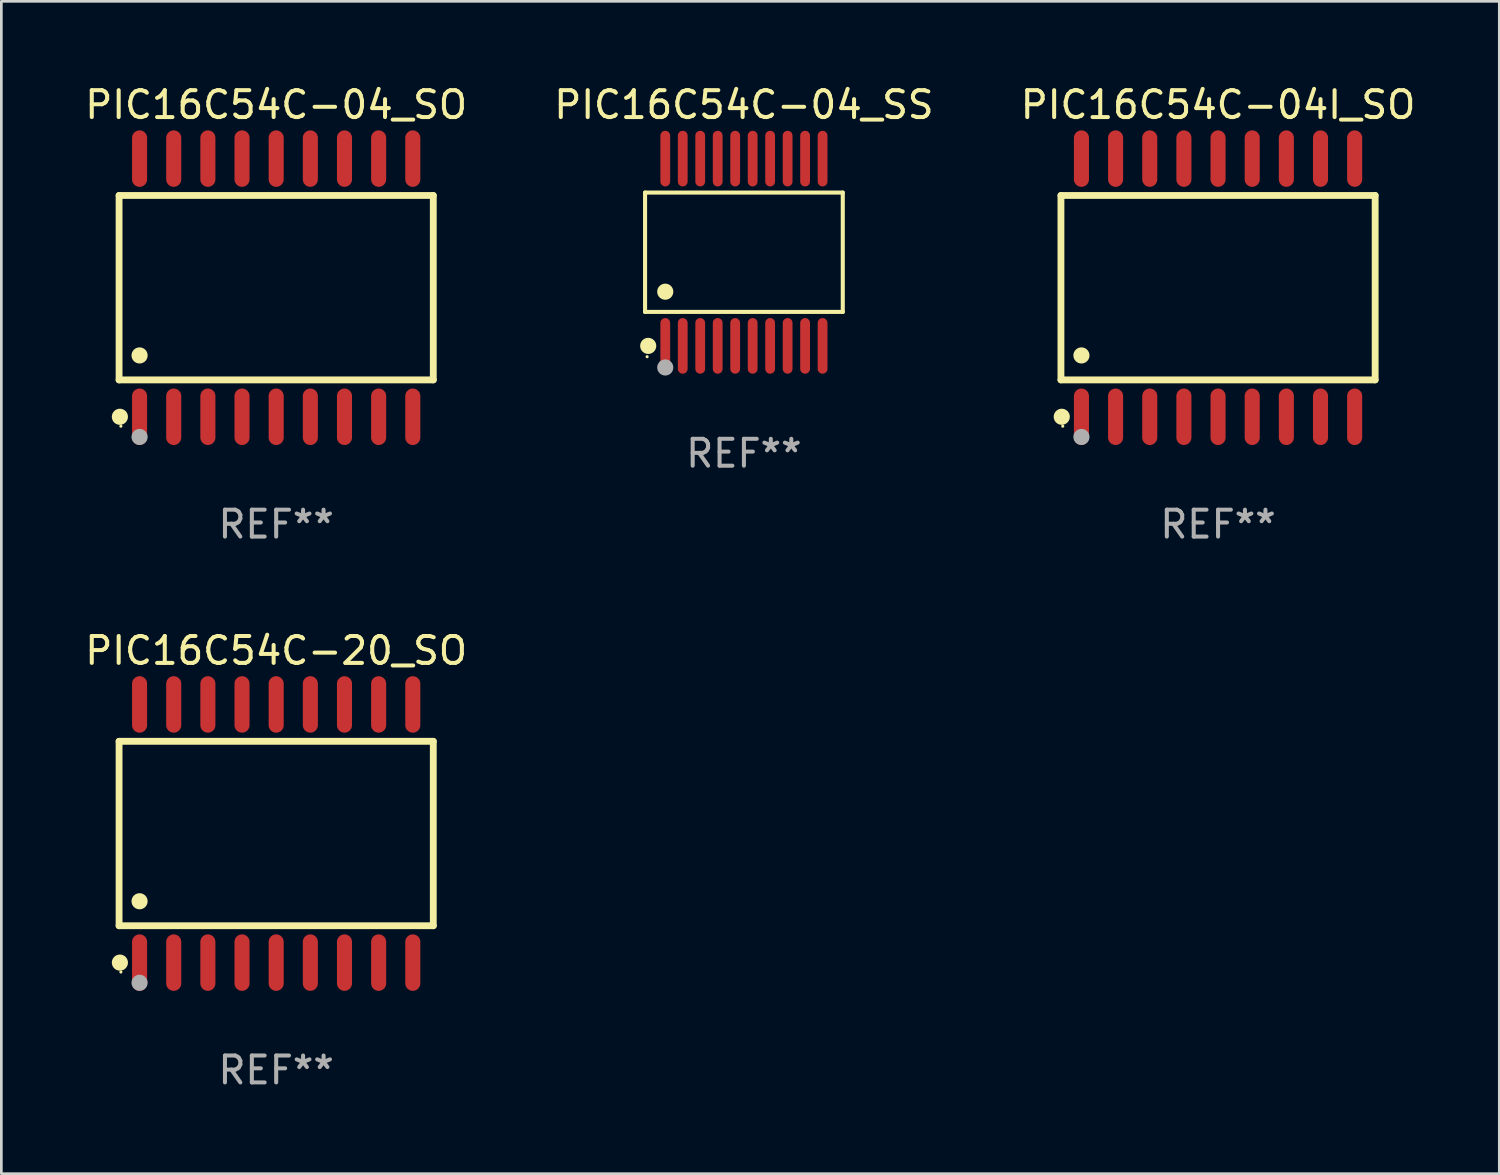
<source format=kicad_pcb>
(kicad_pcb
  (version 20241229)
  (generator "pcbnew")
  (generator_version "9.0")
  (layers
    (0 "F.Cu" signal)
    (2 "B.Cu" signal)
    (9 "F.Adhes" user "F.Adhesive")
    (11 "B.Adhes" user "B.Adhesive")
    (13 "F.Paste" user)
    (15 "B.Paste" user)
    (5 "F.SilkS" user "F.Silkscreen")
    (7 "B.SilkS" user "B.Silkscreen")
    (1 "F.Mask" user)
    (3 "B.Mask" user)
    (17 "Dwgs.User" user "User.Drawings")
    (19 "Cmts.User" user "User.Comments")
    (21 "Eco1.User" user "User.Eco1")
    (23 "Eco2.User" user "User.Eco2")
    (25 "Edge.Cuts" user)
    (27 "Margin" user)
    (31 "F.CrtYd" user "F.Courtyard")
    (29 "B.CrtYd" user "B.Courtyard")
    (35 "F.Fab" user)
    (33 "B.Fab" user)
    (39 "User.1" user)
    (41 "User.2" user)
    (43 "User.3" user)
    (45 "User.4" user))
  (footprint "PIC16C54C-20_SO"
    (layer "F.Cu")
    (at 7.22 27.945)
    (property "Reference" "PIC16C54C-20_SO" (at 0 -6.8 0) (layer "F.SilkS") (effects (font (size 1 1) (thickness 0.15))))
    (attr through_hole)
    (fp_line (start -5.842 -3.429) (end -5.842 3.429) (stroke (width 0.254) (type solid)) (layer "F.SilkS"))
    (fp_line (start -5.842 3.429) (end 5.842 3.429) (stroke (width 0.254) (type solid)) (layer "F.SilkS"))
    (fp_line (start 5.842 -3.429) (end -5.842 -3.429) (stroke (width 0.254) (type solid)) (layer "F.SilkS"))
    (fp_line (start 5.842 3.429) (end 5.842 -3.429) (stroke (width 0.254) (type solid)) (layer "F.SilkS"))
    (fp_circle (center -5.812 4.8) (end -5.662 4.8) (stroke (width 0.3) (type solid)) (fill no) (layer "F.SilkS"))
    (fp_circle (center -5.775 5.15) (end -5.745 5.15) (stroke (width 0.06) (type solid)) (fill no) (layer "F.SilkS"))
    (fp_circle (center -5.08 2.519) (end -4.93 2.519) (stroke (width 0.3) (type solid)) (fill no) (layer "F.SilkS"))
    (fp_circle (center -5.08 5.55) (end -4.93 5.55) (stroke (width 0.3) (type solid)) (fill no) (layer "F.Fab"))
    (fp_text user "REF**" (at 0 8.8 0) (layer "F.Fab") (effects (font (size 1 1) (thickness 0.15))))
    (pad "1" smd oval (at -5.08 4.8) (size 0.56 2.1) (layers "F.Cu" "F.Mask" "F.Paste"))
    (pad "2" smd oval (at -3.81 4.8) (size 0.56 2.1) (layers "F.Cu" "F.Mask" "F.Paste"))
    (pad "3" smd oval (at -2.54 4.8) (size 0.56 2.1) (layers "F.Cu" "F.Mask" "F.Paste"))
    (pad "4" smd oval (at -1.27 4.8) (size 0.56 2.1) (layers "F.Cu" "F.Mask" "F.Paste"))
    (pad "5" smd oval (at 0 4.8) (size 0.56 2.1) (layers "F.Cu" "F.Mask" "F.Paste"))
    (pad "6" smd oval (at 1.27 4.8) (size 0.56 2.1) (layers "F.Cu" "F.Mask" "F.Paste"))
    (pad "7" smd oval (at 2.54 4.8) (size 0.56 2.1) (layers "F.Cu" "F.Mask" "F.Paste"))
    (pad "8" smd oval (at 3.81 4.8) (size 0.56 2.1) (layers "F.Cu" "F.Mask" "F.Paste"))
    (pad "9" smd oval (at 5.08 4.8) (size 0.56 2.1) (layers "F.Cu" "F.Mask" "F.Paste"))
    (pad "10" smd oval (at 5.08 -4.8) (size 0.56 2.1) (layers "F.Cu" "F.Mask" "F.Paste"))
    (pad "11" smd oval (at 3.81 -4.8) (size 0.56 2.1) (layers "F.Cu" "F.Mask" "F.Paste"))
    (pad "12" smd oval (at 2.54 -4.8) (size 0.56 2.1) (layers "F.Cu" "F.Mask" "F.Paste"))
    (pad "13" smd oval (at 1.27 -4.8) (size 0.56 2.1) (layers "F.Cu" "F.Mask" "F.Paste"))
    (pad "14" smd oval (at 0 -4.8) (size 0.56 2.1) (layers "F.Cu" "F.Mask" "F.Paste"))
    (pad "15" smd oval (at -1.27 -4.8) (size 0.56 2.1) (layers "F.Cu" "F.Mask" "F.Paste"))
    (pad "16" smd oval (at -2.54 -4.8) (size 0.56 2.1) (layers "F.Cu" "F.Mask" "F.Paste"))
    (pad "17" smd oval (at -3.81 -4.8) (size 0.56 2.1) (layers "F.Cu" "F.Mask" "F.Paste"))
    (pad "18" smd oval (at -5.08 -4.8) (size 0.56 2.1) (layers "F.Cu" "F.Mask" "F.Paste")))
  (footprint "PIC16C54C-04_SS"
    (layer "F.Cu")
    (at 24.613 6.33)
    (property "Reference" "PIC16C54C-04_SS" (at 0 -5.482 0) (layer "F.SilkS") (effects (font (size 1 1) (thickness 0.15))))
    (attr through_hole)
    (fp_line (start -3.676 -2.219) (end 3.676 -2.219) (stroke (width 0.152) (type solid)) (layer "F.SilkS"))
    (fp_line (start -3.676 2.219) (end -3.676 -2.219) (stroke (width 0.152) (type solid)) (layer "F.SilkS"))
    (fp_line (start 3.676 -2.219) (end 3.676 2.219) (stroke (width 0.152) (type solid)) (layer "F.SilkS"))
    (fp_line (start 3.676 2.219) (end -3.676 2.219) (stroke (width 0.152) (type solid)) (layer "F.SilkS"))
    (fp_circle (center -3.6 3.885) (end -3.57 3.885) (stroke (width 0.06) (type solid)) (fill no) (layer "F.SilkS"))
    (fp_circle (center -3.559 3.482) (end -3.409 3.482) (stroke (width 0.3) (type solid)) (fill no) (layer "F.SilkS"))
    (fp_circle (center -2.925 1.467) (end -2.775 1.467) (stroke (width 0.3) (type solid)) (fill no) (layer "F.SilkS"))
    (fp_circle (center -2.925 4.285) (end -2.775 4.285) (stroke (width 0.3) (type solid)) (fill no) (layer "F.Fab"))
    (fp_text user "REF**" (at 0 7.482 0) (layer "F.Fab") (effects (font (size 1 1) (thickness 0.15))))
    (pad "1" smd oval (at -2.925 3.482) (size 0.364 2.069) (layers "F.Cu" "F.Mask" "F.Paste"))
    (pad "2" smd oval (at -2.275 3.482) (size 0.364 2.069) (layers "F.Cu" "F.Mask" "F.Paste"))
    (pad "3" smd oval (at -1.625 3.482) (size 0.364 2.069) (layers "F.Cu" "F.Mask" "F.Paste"))
    (pad "4" smd oval (at -0.975 3.482) (size 0.364 2.069) (layers "F.Cu" "F.Mask" "F.Paste"))
    (pad "5" smd oval (at -0.325 3.482) (size 0.364 2.069) (layers "F.Cu" "F.Mask" "F.Paste"))
    (pad "6" smd oval (at 0.325 3.482) (size 0.364 2.069) (layers "F.Cu" "F.Mask" "F.Paste"))
    (pad "7" smd oval (at 0.975 3.482) (size 0.364 2.069) (layers "F.Cu" "F.Mask" "F.Paste"))
    (pad "8" smd oval (at 1.625 3.482) (size 0.364 2.069) (layers "F.Cu" "F.Mask" "F.Paste"))
    (pad "9" smd oval (at 2.275 3.482) (size 0.364 2.069) (layers "F.Cu" "F.Mask" "F.Paste"))
    (pad "10" smd oval (at 2.925 3.482) (size 0.364 2.069) (layers "F.Cu" "F.Mask" "F.Paste"))
    (pad "11" smd oval (at 2.925 -3.482) (size 0.364 2.069) (layers "F.Cu" "F.Mask" "F.Paste"))
    (pad "12" smd oval (at 2.275 -3.482) (size 0.364 2.069) (layers "F.Cu" "F.Mask" "F.Paste"))
    (pad "13" smd oval (at 1.625 -3.482) (size 0.364 2.069) (layers "F.Cu" "F.Mask" "F.Paste"))
    (pad "14" smd oval (at 0.975 -3.482) (size 0.364 2.069) (layers "F.Cu" "F.Mask" "F.Paste"))
    (pad "15" smd oval (at 0.325 -3.482) (size 0.364 2.069) (layers "F.Cu" "F.Mask" "F.Paste"))
    (pad "16" smd oval (at -0.325 -3.482) (size 0.364 2.069) (layers "F.Cu" "F.Mask" "F.Paste"))
    (pad "17" smd oval (at -0.975 -3.482) (size 0.364 2.069) (layers "F.Cu" "F.Mask" "F.Paste"))
    (pad "18" smd oval (at -1.625 -3.482) (size 0.364 2.069) (layers "F.Cu" "F.Mask" "F.Paste"))
    (pad "19" smd oval (at -2.275 -3.482) (size 0.364 2.069) (layers "F.Cu" "F.Mask" "F.Paste"))
    (pad "20" smd oval (at -2.925 -3.482) (size 0.364 2.069) (layers "F.Cu" "F.Mask" "F.Paste")))
  (footprint "PIC16C54C-04_SO"
    (layer "F.Cu")
    (at 7.22 7.648)
    (property "Reference" "PIC16C54C-04_SO" (at 0 -6.8 0) (layer "F.SilkS") (effects (font (size 1 1) (thickness 0.15))))
    (attr through_hole)
    (fp_line (start -5.842 -3.429) (end -5.842 3.429) (stroke (width 0.254) (type solid)) (layer "F.SilkS"))
    (fp_line (start -5.842 3.429) (end 5.842 3.429) (stroke (width 0.254) (type solid)) (layer "F.SilkS"))
    (fp_line (start 5.842 -3.429) (end -5.842 -3.429) (stroke (width 0.254) (type solid)) (layer "F.SilkS"))
    (fp_line (start 5.842 3.429) (end 5.842 -3.429) (stroke (width 0.254) (type solid)) (layer "F.SilkS"))
    (fp_circle (center -5.812 4.8) (end -5.662 4.8) (stroke (width 0.3) (type solid)) (fill no) (layer "F.SilkS"))
    (fp_circle (center -5.775 5.15) (end -5.745 5.15) (stroke (width 0.06) (type solid)) (fill no) (layer "F.SilkS"))
    (fp_circle (center -5.08 2.519) (end -4.93 2.519) (stroke (width 0.3) (type solid)) (fill no) (layer "F.SilkS"))
    (fp_circle (center -5.08 5.55) (end -4.93 5.55) (stroke (width 0.3) (type solid)) (fill no) (layer "F.Fab"))
    (fp_text user "REF**" (at 0 8.8 0) (layer "F.Fab") (effects (font (size 1 1) (thickness 0.15))))
    (pad "1" smd oval (at -5.08 4.8) (size 0.56 2.1) (layers "F.Cu" "F.Mask" "F.Paste"))
    (pad "2" smd oval (at -3.81 4.8) (size 0.56 2.1) (layers "F.Cu" "F.Mask" "F.Paste"))
    (pad "3" smd oval (at -2.54 4.8) (size 0.56 2.1) (layers "F.Cu" "F.Mask" "F.Paste"))
    (pad "4" smd oval (at -1.27 4.8) (size 0.56 2.1) (layers "F.Cu" "F.Mask" "F.Paste"))
    (pad "5" smd oval (at 0 4.8) (size 0.56 2.1) (layers "F.Cu" "F.Mask" "F.Paste"))
    (pad "6" smd oval (at 1.27 4.8) (size 0.56 2.1) (layers "F.Cu" "F.Mask" "F.Paste"))
    (pad "7" smd oval (at 2.54 4.8) (size 0.56 2.1) (layers "F.Cu" "F.Mask" "F.Paste"))
    (pad "8" smd oval (at 3.81 4.8) (size 0.56 2.1) (layers "F.Cu" "F.Mask" "F.Paste"))
    (pad "9" smd oval (at 5.08 4.8) (size 0.56 2.1) (layers "F.Cu" "F.Mask" "F.Paste"))
    (pad "10" smd oval (at 5.08 -4.8) (size 0.56 2.1) (layers "F.Cu" "F.Mask" "F.Paste"))
    (pad "11" smd oval (at 3.81 -4.8) (size 0.56 2.1) (layers "F.Cu" "F.Mask" "F.Paste"))
    (pad "12" smd oval (at 2.54 -4.8) (size 0.56 2.1) (layers "F.Cu" "F.Mask" "F.Paste"))
    (pad "13" smd oval (at 1.27 -4.8) (size 0.56 2.1) (layers "F.Cu" "F.Mask" "F.Paste"))
    (pad "14" smd oval (at 0 -4.8) (size 0.56 2.1) (layers "F.Cu" "F.Mask" "F.Paste"))
    (pad "15" smd oval (at -1.27 -4.8) (size 0.56 2.1) (layers "F.Cu" "F.Mask" "F.Paste"))
    (pad "16" smd oval (at -2.54 -4.8) (size 0.56 2.1) (layers "F.Cu" "F.Mask" "F.Paste"))
    (pad "17" smd oval (at -3.81 -4.8) (size 0.56 2.1) (layers "F.Cu" "F.Mask" "F.Paste"))
    (pad "18" smd oval (at -5.08 -4.8) (size 0.56 2.1) (layers "F.Cu" "F.Mask" "F.Paste")))
  (footprint "PIC16C54C-04I_SO"
    (layer "F.Cu")
    (at 42.244 7.648)
    (property "Reference" "PIC16C54C-04I_SO" (at 0 -6.8 0) (layer "F.SilkS") (effects (font (size 1 1) (thickness 0.15))))
    (attr through_hole)
    (fp_line (start -5.842 -3.429) (end -5.842 3.429) (stroke (width 0.254) (type solid)) (layer "F.SilkS"))
    (fp_line (start -5.842 3.429) (end 5.842 3.429) (stroke (width 0.254) (type solid)) (layer "F.SilkS"))
    (fp_line (start 5.842 -3.429) (end -5.842 -3.429) (stroke (width 0.254) (type solid)) (layer "F.SilkS"))
    (fp_line (start 5.842 3.429) (end 5.842 -3.429) (stroke (width 0.254) (type solid)) (layer "F.SilkS"))
    (fp_circle (center -5.812 4.8) (end -5.662 4.8) (stroke (width 0.3) (type solid)) (fill no) (layer "F.SilkS"))
    (fp_circle (center -5.775 5.15) (end -5.745 5.15) (stroke (width 0.06) (type solid)) (fill no) (layer "F.SilkS"))
    (fp_circle (center -5.08 2.519) (end -4.93 2.519) (stroke (width 0.3) (type solid)) (fill no) (layer "F.SilkS"))
    (fp_circle (center -5.08 5.55) (end -4.93 5.55) (stroke (width 0.3) (type solid)) (fill no) (layer "F.Fab"))
    (fp_text user "REF**" (at 0 8.8 0) (layer "F.Fab") (effects (font (size 1 1) (thickness 0.15))))
    (pad "1" smd oval (at -5.08 4.8) (size 0.56 2.1) (layers "F.Cu" "F.Mask" "F.Paste"))
    (pad "2" smd oval (at -3.81 4.8) (size 0.56 2.1) (layers "F.Cu" "F.Mask" "F.Paste"))
    (pad "3" smd oval (at -2.54 4.8) (size 0.56 2.1) (layers "F.Cu" "F.Mask" "F.Paste"))
    (pad "4" smd oval (at -1.27 4.8) (size 0.56 2.1) (layers "F.Cu" "F.Mask" "F.Paste"))
    (pad "5" smd oval (at 0 4.8) (size 0.56 2.1) (layers "F.Cu" "F.Mask" "F.Paste"))
    (pad "6" smd oval (at 1.27 4.8) (size 0.56 2.1) (layers "F.Cu" "F.Mask" "F.Paste"))
    (pad "7" smd oval (at 2.54 4.8) (size 0.56 2.1) (layers "F.Cu" "F.Mask" "F.Paste"))
    (pad "8" smd oval (at 3.81 4.8) (size 0.56 2.1) (layers "F.Cu" "F.Mask" "F.Paste"))
    (pad "9" smd oval (at 5.08 4.8) (size 0.56 2.1) (layers "F.Cu" "F.Mask" "F.Paste"))
    (pad "10" smd oval (at 5.08 -4.8) (size 0.56 2.1) (layers "F.Cu" "F.Mask" "F.Paste"))
    (pad "11" smd oval (at 3.81 -4.8) (size 0.56 2.1) (layers "F.Cu" "F.Mask" "F.Paste"))
    (pad "12" smd oval (at 2.54 -4.8) (size 0.56 2.1) (layers "F.Cu" "F.Mask" "F.Paste"))
    (pad "13" smd oval (at 1.27 -4.8) (size 0.56 2.1) (layers "F.Cu" "F.Mask" "F.Paste"))
    (pad "14" smd oval (at 0 -4.8) (size 0.56 2.1) (layers "F.Cu" "F.Mask" "F.Paste"))
    (pad "15" smd oval (at -1.27 -4.8) (size 0.56 2.1) (layers "F.Cu" "F.Mask" "F.Paste"))
    (pad "16" smd oval (at -2.54 -4.8) (size 0.56 2.1) (layers "F.Cu" "F.Mask" "F.Paste"))
    (pad "17" smd oval (at -3.81 -4.8) (size 0.56 2.1) (layers "F.Cu" "F.Mask" "F.Paste"))
    (pad "18" smd oval (at -5.08 -4.8) (size 0.56 2.1) (layers "F.Cu" "F.Mask" "F.Paste")))
  (gr_rect
    (start -3 -3)
    (end 52.702 40.593)
    (stroke (width 0.1) (type default))
    (fill no)
    (layer "Edge.Cuts")))
</source>
